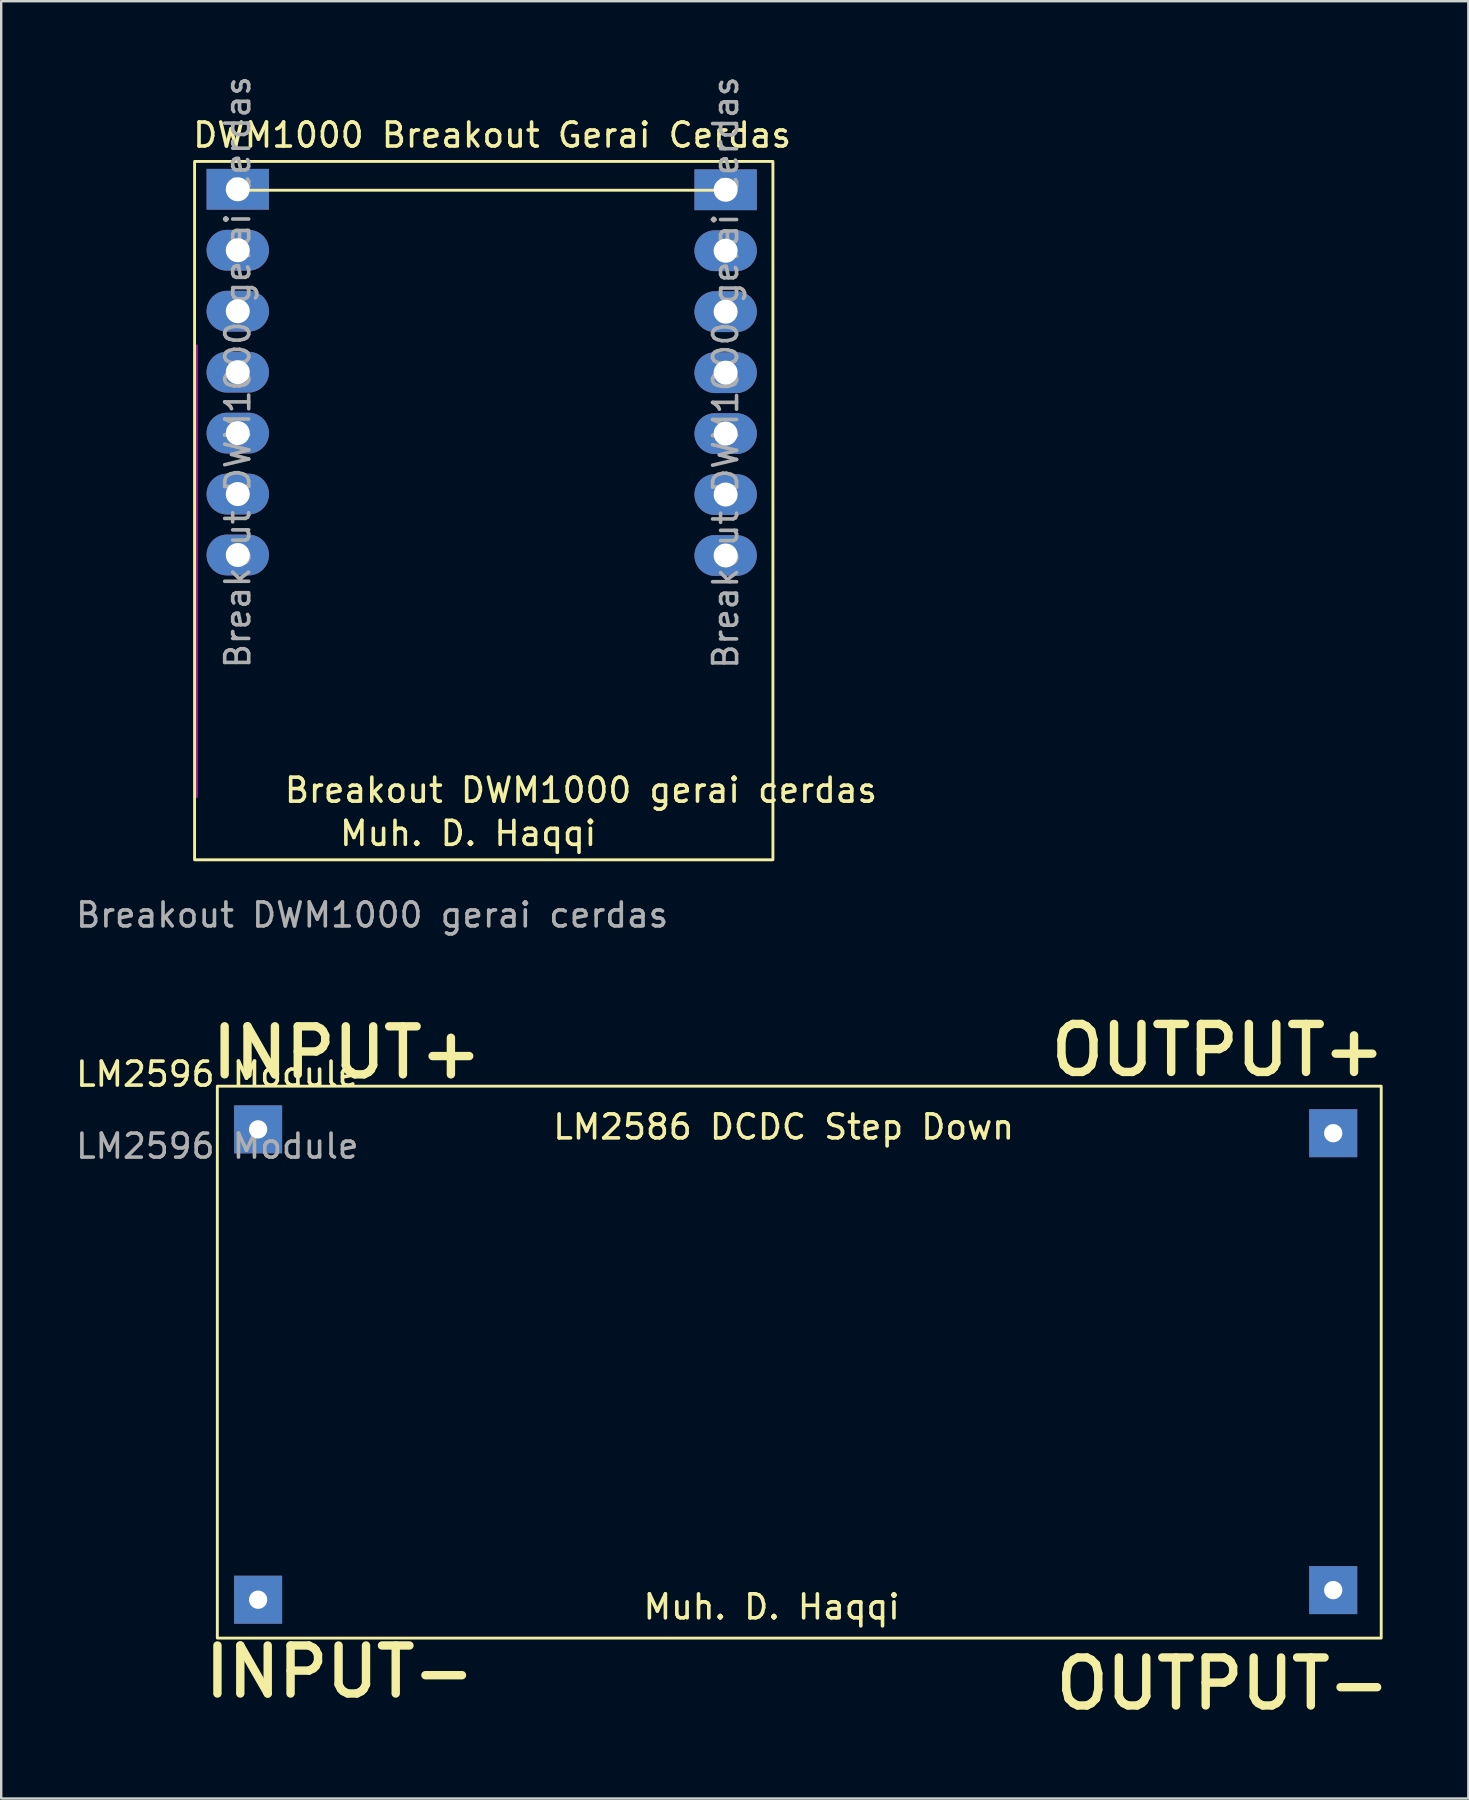
<source format=kicad_pcb>
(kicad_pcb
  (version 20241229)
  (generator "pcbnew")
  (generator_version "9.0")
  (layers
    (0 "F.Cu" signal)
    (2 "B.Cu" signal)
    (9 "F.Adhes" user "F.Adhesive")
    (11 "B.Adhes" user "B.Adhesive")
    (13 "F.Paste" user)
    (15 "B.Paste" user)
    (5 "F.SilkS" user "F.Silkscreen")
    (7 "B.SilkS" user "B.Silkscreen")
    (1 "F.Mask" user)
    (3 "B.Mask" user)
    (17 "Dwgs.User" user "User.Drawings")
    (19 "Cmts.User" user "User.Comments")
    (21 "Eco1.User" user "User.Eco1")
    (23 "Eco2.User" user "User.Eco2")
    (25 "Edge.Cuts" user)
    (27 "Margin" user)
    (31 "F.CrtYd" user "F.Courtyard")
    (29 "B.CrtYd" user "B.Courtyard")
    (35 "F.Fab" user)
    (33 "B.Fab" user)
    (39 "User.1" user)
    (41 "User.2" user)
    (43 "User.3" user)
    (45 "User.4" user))
  (footprint "LM2596 Module"
    (layer "F.Cu")
    (at 6.006 42.211)
    (property "Reference" "LM2596 Module" (at 0 -0.5 0) (unlocked yes) (layer "F.SilkS") (effects (font (size 1 1) (thickness 0.15))))
    (attr through_hole)
    (fp_line (start 1.7 2) (end 1.7 1.8) (stroke (width 0.12) (type solid)) (layer "F.SilkS"))
    (fp_rect (start 48.5 0) (end 0 23) (stroke (width 0.12) (type solid)) (fill no) (layer "F.SilkS"))
    (fp_text user "INPUT-" (at 5.1 24.4 0) (unlocked yes) (layer "F.SilkS") (effects (font (size 2 2) (thickness 0.35))))
    (fp_text user "Muh. D. Haqqi" (at 23.1 21.7 0) (unlocked yes) (layer "F.SilkS") (effects (font (size 1 1) (thickness 0.15))))
    (fp_text user "OUTPUT+" (at 41.7 -1.5 0) (unlocked yes) (layer "F.SilkS") (effects (font (size 2 2) (thickness 0.35))))
    (fp_text user "INPUT+" (at 5.4 -1.4 0) (unlocked yes) (layer "F.SilkS") (effects (font (size 2 2) (thickness 0.35))))
    (fp_text user "LM2586 DCDC Step Down" (at 23.6 1.7 0) (unlocked yes) (layer "F.SilkS") (effects (font (size 1 1) (thickness 0.15))))
    (fp_text user "OUTPUT-" (at 41.9 24.9 0) (unlocked yes) (layer "F.SilkS") (effects (font (size 2 2) (thickness 0.35))))
    (fp_text user "${REFERENCE}" (at 0 2.5 0) (unlocked yes) (layer "F.Fab") (effects (font (size 1 1) (thickness 0.15))))
    (pad "1" thru_hole rect (at 46.5 1.96) (size 2 2) (drill 0.762) (layers "*.Cu" "*.Mask"))
    (pad "2" thru_hole rect (at 46.5 21) (size 2 2) (drill 0.762) (layers "*.Cu" "*.Mask"))
    (pad "3" thru_hole rect (at 1.7 1.8) (size 2 2) (drill 0.762) (layers "*.Cu" "*.Mask"))
    (pad "4" thru_hole rect (at 1.7 21.4) (size 2 2) (drill 0.762) (layers "*.Cu" "*.Mask")))
  (footprint "Breakout DWM1000 gerai cerdas"
    (layer "F.Cu")
    (at 16.458 17.978)
    (property "Reference" "Breakout DWM1000 gerai cerdas" (at 4.7 11.9 0) (unlocked yes) (layer "F.SilkS") (effects (font (size 1 1) (thickness 0.15))))
    (attr smd)
    (fp_line (start -9.6 -13.1) (end 10.7 -13.1) (stroke (width 0.12) (type solid)) (layer "F.SilkS"))
    (fp_rect (start -11.4 -14.3) (end 12.7 14.8) (stroke (width 0.12) (type solid)) (fill no) (layer "F.SilkS"))
    (fp_line (start -11.3 -6.65) (end -11.3 12.2) (stroke (width 0.05) (type solid)) (layer "F.CrtYd"))
    (fp_text user "Muh. D. Haqqi" (at 0 13.7 0) (unlocked yes) (layer "F.SilkS") (effects (font (size 1 1) (thickness 0.15))))
    (fp_text user "DWM1000 Breakout Gerai Cerdas" (at 1 -15.4 0) (unlocked yes) (layer "F.SilkS") (effects (font (size 1 1) (thickness 0.15))))
    (fp_text user "${REFERENCE}" (at -9.6 -5.52 90) (layer "F.Fab") (effects (font (size 1 1) (thickness 0.15))))
    (fp_text user "${REFERENCE}" (at -4 17.1 0) (unlocked yes) (layer "F.Fab") (effects (font (size 1 1) (thickness 0.15))))
    (fp_text user "${REFERENCE}" (at 10.73 -5.5 90) (layer "F.Fab") (effects (font (size 1 1) (thickness 0.15))))
    (pad "1" thru_hole rect (at -9.6 -13.14) (size 2.6 1.7) (drill 1) (layers "*.Cu" "*.Mask"))
    (pad "2" thru_hole oval (at -9.6 -10.6) (size 2.6 1.7) (drill 1) (layers "*.Cu" "*.Mask"))
    (pad "3" thru_hole oval (at -9.6 -8.06) (size 2.6 1.7) (drill 1) (layers "*.Cu" "*.Mask"))
    (pad "4" thru_hole oval (at -9.6 -5.52) (size 2.6 1.7) (drill 1) (layers "*.Cu" "*.Mask"))
    (pad "5" thru_hole oval (at -9.6 -2.98) (size 2.6 1.7) (drill 1) (layers "*.Cu" "*.Mask"))
    (pad "6" thru_hole oval (at -9.6 -0.44) (size 2.6 1.7) (drill 1) (layers "*.Cu" "*.Mask"))
    (pad "7" thru_hole oval (at -9.6 2.1) (size 2.6 1.7) (drill 1) (layers "*.Cu" "*.Mask"))
    (pad "8" thru_hole rect (at 10.73 -13.12) (size 2.6 1.7) (drill 1) (layers "*.Cu" "*.Mask"))
    (pad "9" thru_hole oval (at 10.73 -10.58) (size 2.6 1.7) (drill 1) (layers "*.Cu" "*.Mask"))
    (pad "10" thru_hole oval (at 10.73 -8.04) (size 2.6 1.7) (drill 1) (layers "*.Cu" "*.Mask"))
    (pad "11" thru_hole oval (at 10.73 -5.5) (size 2.6 1.7) (drill 1) (layers "*.Cu" "*.Mask"))
    (pad "12" thru_hole oval (at 10.73 -2.96) (size 2.6 1.7) (drill 1) (layers "*.Cu" "*.Mask"))
    (pad "13" thru_hole oval (at 10.73 -0.42) (size 2.6 1.7) (drill 1) (layers "*.Cu" "*.Mask"))
    (pad "13" thru_hole oval (at 10.73 2.12) (size 2.6 1.7) (drill 1) (layers "*.Cu" "*.Mask")))
  (gr_rect
    (start -3 -3)
    (end 58.136 71.895)
    (stroke (width 0.1) (type default))
    (fill no)
    (layer "Edge.Cuts")))
</source>
